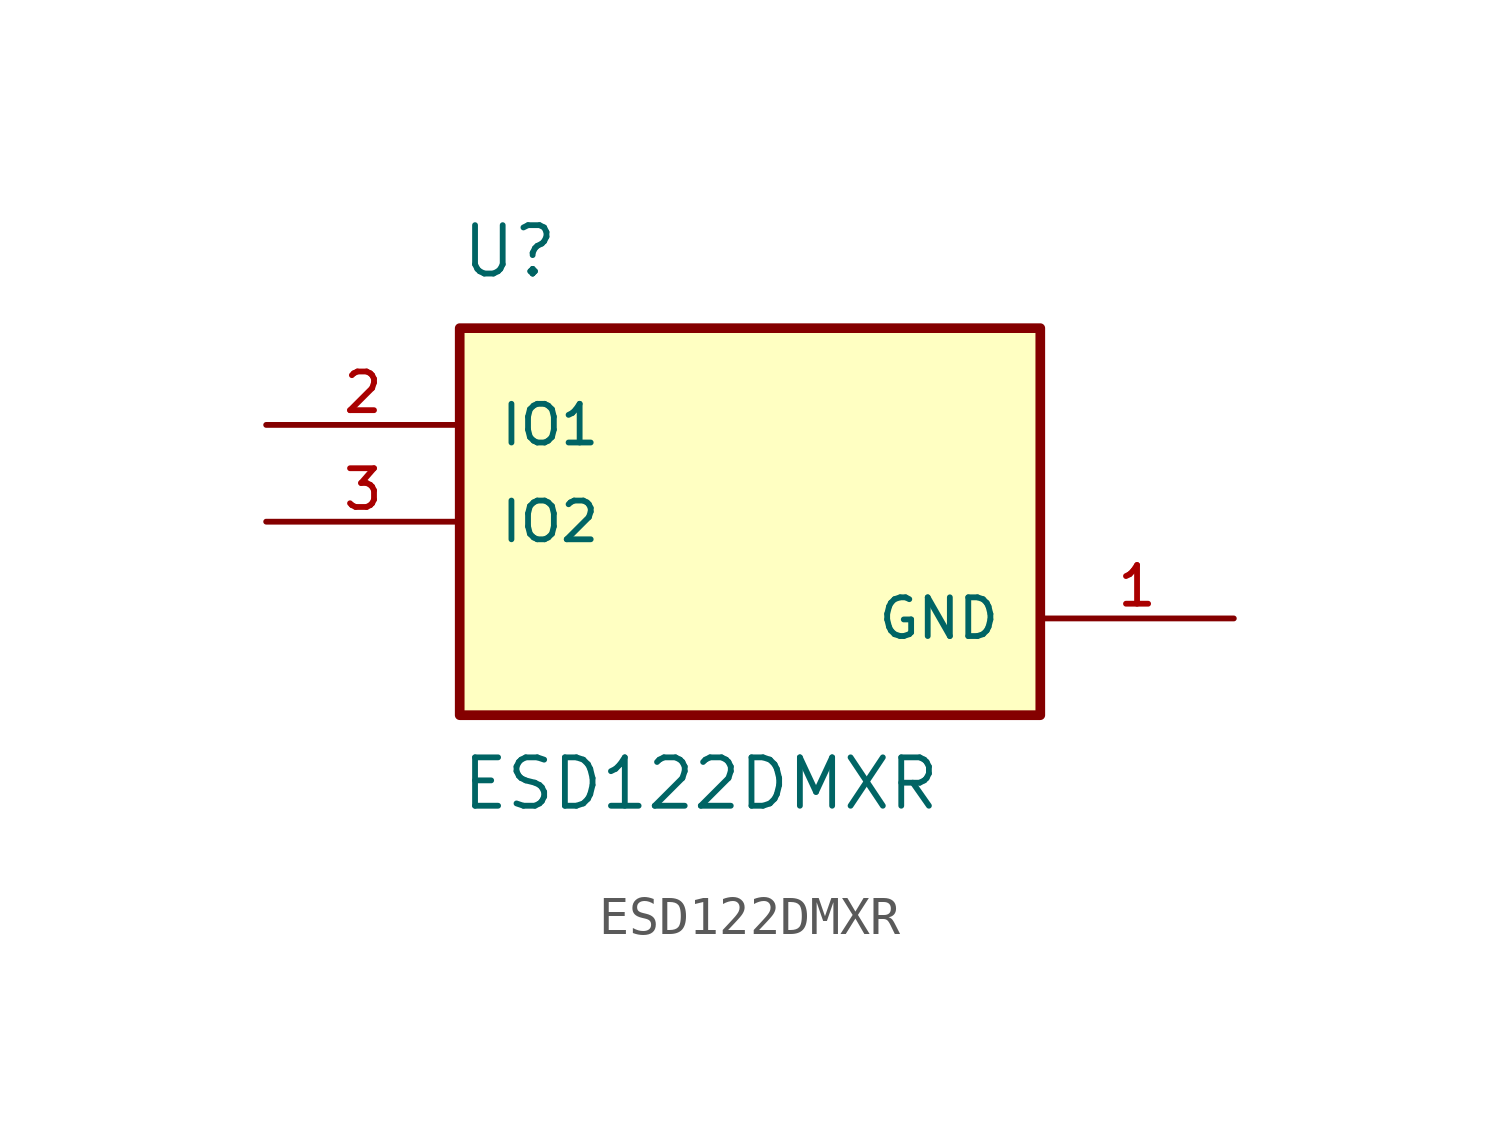
<source format=kicad_sym>
(kicad_symbol_lib
  (version 20211014)
  (generator kicad_symbol_editor)
  (symbol "ESD122DMXR"
    (pin_names
      (offset 1.016))
    (property "Reference" "U"
      (at -7.62 6.35 0)
      (effects (font (size 1.27 1.27)) (justify bottom left)))
    (property "Value" "ESD122DMXR"
      (at -7.62 -7.62 0)
      (effects (font (size 1.27 1.27)) (justify bottom left)))
    (symbol "ESD122DMXR_0_0"
      (rectangle (start -7.62 -5.08) (end 7.62 5.08) (stroke (width 0.254)) (fill (type background)))
      (pin bidirectional line (at -12.7 2.54 0) (length 5.08) (name "IO1" (effects (font (size 1.016 1.016)))) (number "2" (effects (font (size 1.016 1.016)))))
      (pin bidirectional line (at -12.7 0.0 0) (length 5.08) (name "IO2" (effects (font (size 1.016 1.016)))) (number "3" (effects (font (size 1.016 1.016)))))
      (pin power_in line (at 12.7 -2.54 180.0) (length 5.08) (name "GND" (effects (font (size 1.016 1.016)))) (number "1" (effects (font (size 1.016 1.016))))))))
</source>
